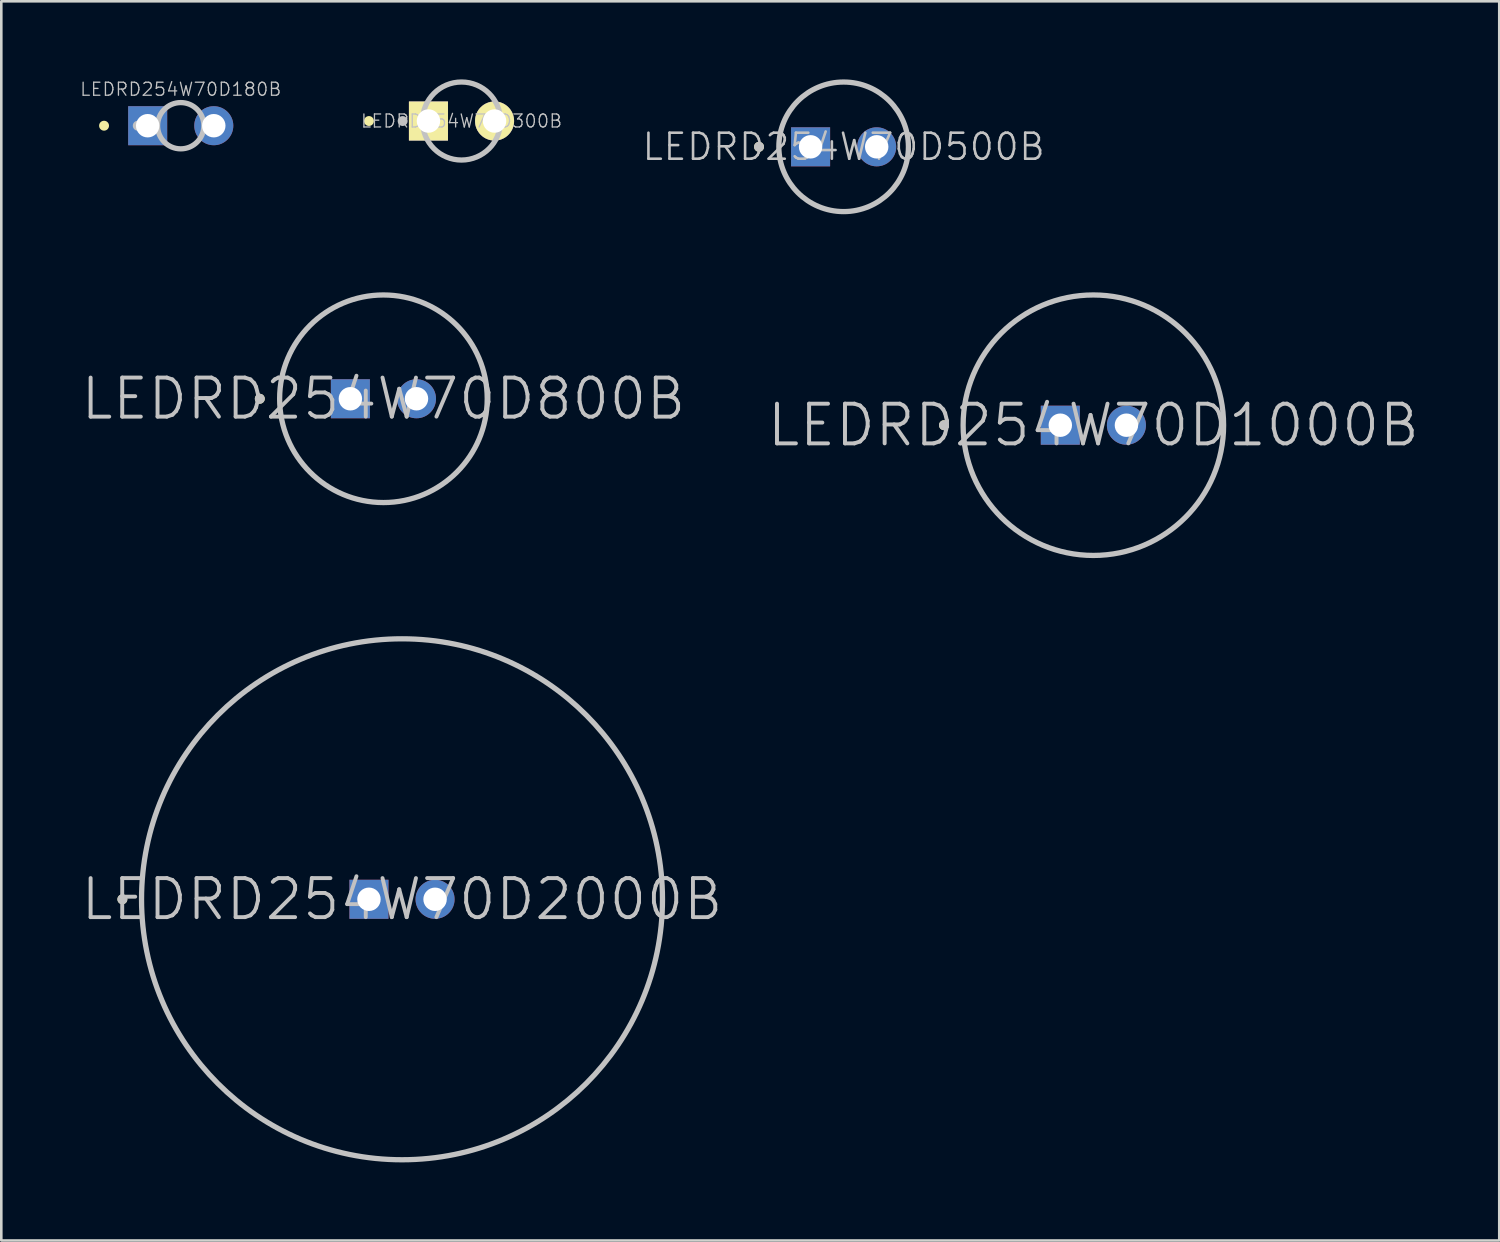
<source format=kicad_pcb>
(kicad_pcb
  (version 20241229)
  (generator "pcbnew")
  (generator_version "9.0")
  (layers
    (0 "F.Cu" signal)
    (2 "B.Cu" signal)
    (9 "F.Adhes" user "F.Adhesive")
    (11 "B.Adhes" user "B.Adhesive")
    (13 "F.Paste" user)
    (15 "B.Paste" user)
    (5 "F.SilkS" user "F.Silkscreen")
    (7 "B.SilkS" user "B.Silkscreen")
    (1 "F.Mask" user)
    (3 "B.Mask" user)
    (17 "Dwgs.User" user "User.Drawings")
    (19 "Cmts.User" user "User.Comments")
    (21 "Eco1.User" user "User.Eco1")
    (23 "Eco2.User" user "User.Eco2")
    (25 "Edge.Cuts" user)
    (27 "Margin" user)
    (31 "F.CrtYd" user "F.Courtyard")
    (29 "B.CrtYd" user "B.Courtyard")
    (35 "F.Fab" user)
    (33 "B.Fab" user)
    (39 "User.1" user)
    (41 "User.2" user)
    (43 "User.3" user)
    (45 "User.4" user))
  (footprint "LEDRD254W70D800B"
    (layer "F.Cu")
    (at 11.682 12.271)
    (property "Reference" "LEDRD254W70D800B" (at 0 0 0) (layer "Dwgs.User") (effects (font (size 1.5 1.5) (thickness 0.15))))
    (attr through_hole)
    (fp_line (start -4.75 0) (end -4.75 0) (stroke (width 0.381) (type solid)) (layer "F.SilkS"))
    (fp_line (start -4.75 0) (end -4.75 0) (stroke (width 0.381) (type solid)) (layer "Dwgs.User"))
    (fp_circle (center 0 0) (end 3.988 0) (stroke (width 0.203) (type solid)) (fill no) (layer "Dwgs.User"))
    (pad "1" thru_hole rect (at -1.27 0) (size 1.5 1.5) (drill 0.9) (layers "*.Cu" "F.Mask" "F.Paste"))
    (pad "2" thru_hole circle (at 1.27 0) (size 1.5 1.5) (drill 0.9) (layers "*.Cu" "F.Mask" "F.Paste")))
  (footprint "LEDRD254W70D180B"
    (layer "F.Cu")
    (at 3.894 1.78)
    (property "Reference" "LEDRD254W70D180B" (at 0 -1.4 0) (layer "Dwgs.User") (effects (font (size 0.5 0.5) (thickness 0.05))))
    (attr through_hole)
    (fp_line (start -2.946 0) (end -2.946 0) (stroke (width 0.381) (type solid)) (layer "F.SilkS"))
    (fp_line (start -1.651 0) (end -1.651 0) (stroke (width 0.381) (type solid)) (layer "Dwgs.User"))
    (fp_circle (center 0 0) (end 0.889 0) (stroke (width 0.203) (type solid)) (fill no) (layer "Dwgs.User"))
    (pad "1" thru_hole rect (at -1.27 0) (size 1.5 1.5) (drill 0.9) (layers "*.Cu" "F.Mask" "F.Paste"))
    (pad "2" thru_hole circle (at 1.27 0) (size 1.5 1.5) (drill 0.9) (layers "*.Cu" "F.Mask" "F.Paste")))
  (footprint "LEDRD254W70D500B"
    (layer "F.Cu")
    (at 29.364 2.591)
    (property "Reference" "LEDRD254W70D500B" (at 0 0 0) (layer "Dwgs.User") (effects (font (size 1 1) (thickness 0.1))))
    (attr through_hole)
    (fp_line (start -3.251 0) (end -3.251 0) (stroke (width 0.381) (type solid)) (layer "F.SilkS"))
    (fp_line (start -3.251 0) (end -3.251 0) (stroke (width 0.381) (type solid)) (layer "Dwgs.User"))
    (fp_circle (center 0 0) (end 2.489 0) (stroke (width 0.203) (type solid)) (fill no) (layer "Dwgs.User"))
    (pad "1" thru_hole rect (at -1.27 0) (size 1.5 1.5) (drill 0.9) (layers "*.Cu" "F.Mask" "F.Paste"))
    (pad "2" thru_hole circle (at 1.27 0) (size 1.5 1.5) (drill 0.9) (layers "*.Cu" "F.Mask" "F.Paste")))
  (footprint "LEDRD254W70D300B"
    (layer "F.Cu")
    (at 14.682 1.6)
    (property "Reference" "LEDRD254W70D300B" (at 0 0 0) (layer "Dwgs.User") (effects (font (size 0.5 0.5) (thickness 0.05))))
    (attr through_hole)
    (fp_line (start -3.556 0) (end -3.556 0) (stroke (width 0.381) (type solid)) (layer "F.SilkS"))
    (fp_line (start -2.261 0) (end -2.261 0) (stroke (width 0.381) (type solid)) (layer "Dwgs.User"))
    (fp_circle (center 0 0) (end 1.499 0) (stroke (width 0.203) (type solid)) (fill no) (layer "Dwgs.User"))
    (pad "1" thru_hole rect (at -1.27 0) (size 1.5 1.5) (drill 0.9) (layers "*.Cu" "F.Mask" "F.SilkS" "F.Paste"))
    (pad "2" thru_hole circle (at 1.27 0) (size 1.5 1.5) (drill 0.9) (layers "*.Cu" "F.Mask" "F.SilkS" "F.Paste")))
  (footprint "LEDRD254W70D1000B"
    (layer "F.Cu")
    (at 38.959 13.287)
    (property "Reference" "LEDRD254W70D1000B" (at 0 0 0) (layer "Dwgs.User") (effects (font (size 1.524 1.524) (thickness 0.152))))
    (attr through_hole)
    (fp_line (start -5.74 0) (end -5.74 0) (stroke (width 0.381) (type solid)) (layer "F.SilkS"))
    (fp_line (start -5.74 0) (end -5.74 0) (stroke (width 0.381) (type solid)) (layer "Dwgs.User"))
    (fp_circle (center 0 0) (end 5.004 0) (stroke (width 0.203) (type solid)) (fill no) (layer "Dwgs.User"))
    (pad "1" thru_hole rect (at -1.27 0) (size 1.5 1.5) (drill 0.9) (layers "*.Cu" "F.Mask" "F.Paste"))
    (pad "2" thru_hole circle (at 1.27 0) (size 1.5 1.5) (drill 0.9) (layers "*.Cu" "F.Mask" "F.Paste")))
  (footprint "LEDRD254W70D2000B"
    (layer "F.Cu")
    (at 12.396 31.502)
    (property "Reference" "LEDRD254W70D2000B" (at 0 0 0) (layer "Dwgs.User") (effects (font (size 1.5 1.5) (thickness 0.15))))
    (attr through_hole)
    (fp_line (start -10.744 0) (end -10.744 0) (stroke (width 0.381) (type solid)) (layer "F.SilkS"))
    (fp_line (start -10.744 0) (end -10.744 0) (stroke (width 0.381) (type solid)) (layer "Dwgs.User"))
    (fp_circle (center 0 0) (end 10.008 0) (stroke (width 0.203) (type solid)) (fill no) (layer "Dwgs.User"))
    (pad "1" thru_hole rect (at -1.27 0) (size 1.5 1.5) (drill 0.9) (layers "*.Cu" "F.Mask" "F.Paste"))
    (pad "2" thru_hole circle (at 1.27 0) (size 1.5 1.5) (drill 0.9) (layers "*.Cu" "F.Mask" "F.Paste")))
  (gr_rect
    (start -3 -3)
    (end 54.554 44.611)
    (stroke (width 0.1) (type default))
    (fill no)
    (layer "Edge.Cuts")))
</source>
